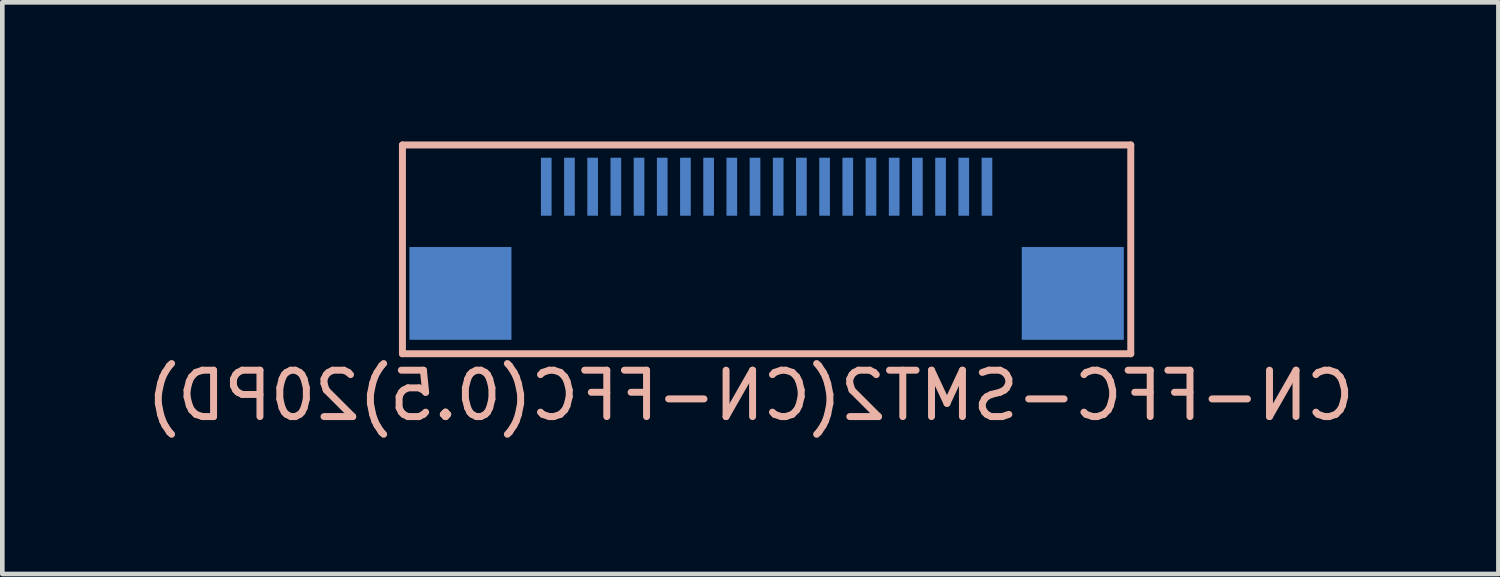
<source format=kicad_pcb>
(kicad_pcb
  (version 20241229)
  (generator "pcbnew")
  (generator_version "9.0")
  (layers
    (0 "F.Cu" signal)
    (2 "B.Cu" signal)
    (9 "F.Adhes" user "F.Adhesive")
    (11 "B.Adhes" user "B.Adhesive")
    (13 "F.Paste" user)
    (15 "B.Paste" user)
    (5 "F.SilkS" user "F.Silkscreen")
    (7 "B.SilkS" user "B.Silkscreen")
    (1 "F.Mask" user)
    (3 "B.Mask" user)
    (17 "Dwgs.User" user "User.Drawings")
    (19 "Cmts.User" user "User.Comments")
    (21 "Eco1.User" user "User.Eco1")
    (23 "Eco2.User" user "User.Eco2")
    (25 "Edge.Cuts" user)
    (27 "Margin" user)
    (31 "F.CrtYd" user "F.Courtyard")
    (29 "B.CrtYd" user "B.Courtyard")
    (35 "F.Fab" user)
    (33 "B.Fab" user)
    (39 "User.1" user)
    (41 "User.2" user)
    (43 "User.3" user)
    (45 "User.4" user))
  (footprint "CN-FFC-SMT2(CN-FFC(0.5)20PD)"
    (layer "F.Cu")
    (at 5.725 5.475)
    (property "Reference" "CN-FFC-SMT2(CN-FFC(0.5)20PD)" (at 7.4 0 0) (layer "B.SilkS") (effects (font (size 1 1) (thickness 0.15)) (justify mirror)))
    (attr through_hole)
    (fp_line (start -0.1 -5.4) (end 15.6 -5.4) (stroke (width 0.15) (type solid)) (layer "B.SilkS"))
    (fp_line (start -0.1 -0.9) (end -0.1 -5.4) (stroke (width 0.15) (type solid)) (layer "B.SilkS"))
    (fp_line (start 15.6 -5.4) (end 15.6 -0.9) (stroke (width 0.15) (type solid)) (layer "B.SilkS"))
    (fp_line (start 15.6 -0.9) (end -0.1 -0.9) (stroke (width 0.15) (type solid)) (layer "B.SilkS"))
    (pad "" smd rect (at 1.15 -2.2) (size 2.2 2) (layers "B.Cu" "B.Mask" "B.Paste"))
    (pad "" smd rect (at 14.35 -2.2) (size 2.2 2) (layers "B.Cu" "B.Mask" "B.Paste"))
    (pad "1" smd rect (at 3 -4.5) (size 0.23 1.25) (layers "B.Cu" "B.Mask" "B.Paste"))
    (pad "2" smd rect (at 3.5 -4.5) (size 0.23 1.25) (layers "B.Cu" "B.Mask" "B.Paste"))
    (pad "3" smd rect (at 4 -4.5) (size 0.23 1.25) (layers "B.Cu" "B.Mask" "B.Paste"))
    (pad "4" smd rect (at 4.5 -4.5) (size 0.23 1.25) (layers "B.Cu" "B.Mask" "B.Paste"))
    (pad "5" smd rect (at 5 -4.5) (size 0.23 1.25) (layers "B.Cu" "B.Mask" "B.Paste"))
    (pad "6" smd rect (at 5.5 -4.5) (size 0.23 1.25) (layers "B.Cu" "B.Mask" "B.Paste"))
    (pad "7" smd rect (at 6 -4.5) (size 0.23 1.25) (layers "B.Cu" "B.Mask" "B.Paste"))
    (pad "8" smd rect (at 6.5 -4.5) (size 0.23 1.25) (layers "B.Cu" "B.Mask" "B.Paste"))
    (pad "9" smd rect (at 7 -4.5) (size 0.23 1.25) (layers "B.Cu" "B.Mask" "B.Paste"))
    (pad "10" smd rect (at 7.5 -4.5) (size 0.23 1.25) (layers "B.Cu" "B.Mask" "B.Paste"))
    (pad "11" smd rect (at 8 -4.5) (size 0.23 1.25) (layers "B.Cu" "B.Mask" "B.Paste"))
    (pad "12" smd rect (at 8.5 -4.5) (size 0.23 1.25) (layers "B.Cu" "B.Mask" "B.Paste"))
    (pad "13" smd rect (at 9 -4.5) (size 0.23 1.25) (layers "B.Cu" "B.Mask" "B.Paste"))
    (pad "14" smd rect (at 9.5 -4.5) (size 0.23 1.25) (layers "B.Cu" "B.Mask" "B.Paste"))
    (pad "15" smd rect (at 10 -4.5) (size 0.23 1.25) (layers "B.Cu" "B.Mask" "B.Paste"))
    (pad "16" smd rect (at 10.5 -4.5) (size 0.23 1.25) (layers "B.Cu" "B.Mask" "B.Paste"))
    (pad "17" smd rect (at 11 -4.5) (size 0.23 1.25) (layers "B.Cu" "B.Mask" "B.Paste"))
    (pad "18" smd rect (at 11.5 -4.5) (size 0.23 1.25) (layers "B.Cu" "B.Mask" "B.Paste"))
    (pad "19" smd rect (at 12 -4.5) (size 0.23 1.25) (layers "B.Cu" "B.Mask" "B.Paste"))
    (pad "20" smd rect (at 12.5 -4.5) (size 0.23 1.25) (layers "B.Cu" "B.Mask" "B.Paste")))
  (gr_rect
    (start -3 -3)
    (end 29.25 9.323)
    (stroke (width 0.1) (type default))
    (fill no)
    (layer "Edge.Cuts")))
</source>
